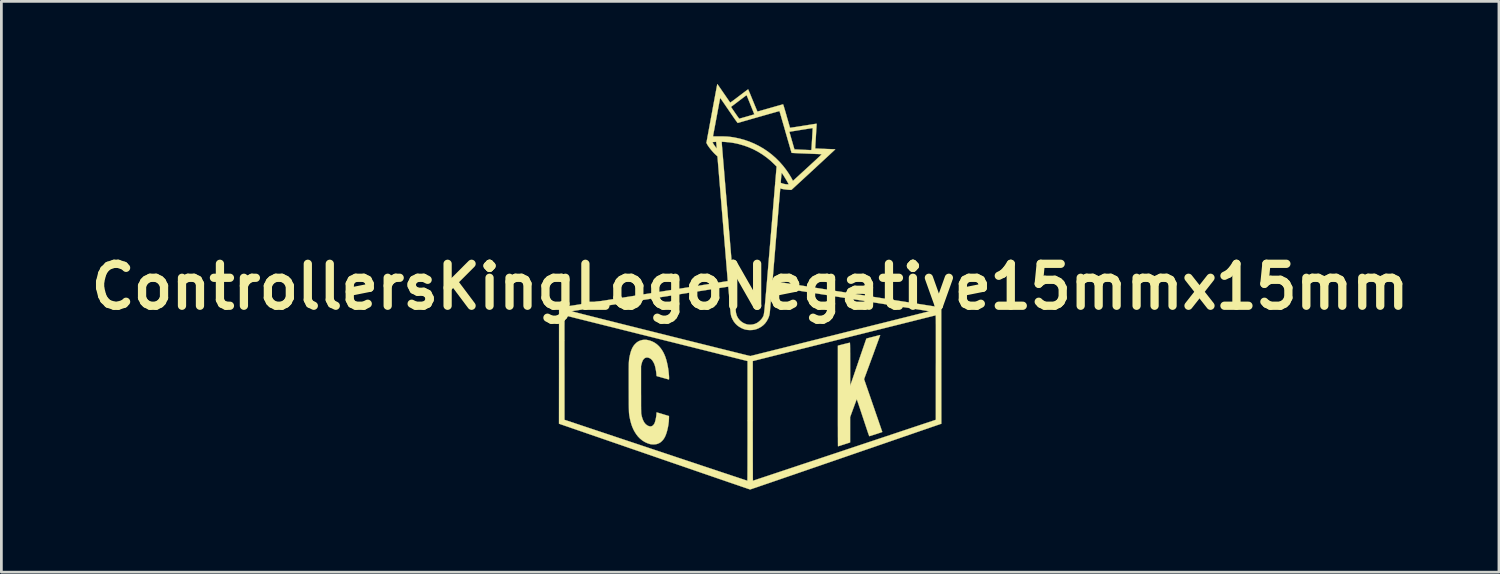
<source format=kicad_pcb>
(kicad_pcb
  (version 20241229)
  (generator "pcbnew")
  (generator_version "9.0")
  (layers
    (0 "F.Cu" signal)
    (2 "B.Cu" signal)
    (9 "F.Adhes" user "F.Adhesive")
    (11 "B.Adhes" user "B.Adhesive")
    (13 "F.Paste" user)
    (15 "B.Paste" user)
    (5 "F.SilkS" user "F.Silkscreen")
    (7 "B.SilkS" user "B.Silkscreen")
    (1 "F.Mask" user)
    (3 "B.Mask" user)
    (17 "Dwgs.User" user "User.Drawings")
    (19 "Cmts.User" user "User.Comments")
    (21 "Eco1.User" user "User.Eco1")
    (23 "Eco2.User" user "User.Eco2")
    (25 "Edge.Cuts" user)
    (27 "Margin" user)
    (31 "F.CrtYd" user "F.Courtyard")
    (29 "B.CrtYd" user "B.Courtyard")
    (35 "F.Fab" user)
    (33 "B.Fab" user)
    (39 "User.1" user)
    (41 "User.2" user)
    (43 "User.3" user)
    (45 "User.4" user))
  (footprint "ControllersKingLogoNegative15mmx15mm"
    (layer "F.Cu")
    (at 24.21 7.371)
    (property "Reference" "ControllersKingLogoNegative15mmx15mm" (at 0 0 0) (layer "F.SilkS") (effects (font (size 1.524 1.524) (thickness 0.3))))
    (attr through_hole)
    (fp_poly (pts (xy 4.722 1.756) (xy 4.724 1.759) (xy 4.722 1.766) (xy 4.716 1.784) (xy 4.706 1.812) (xy 4.692 1.851) (xy 4.675 1.898) (xy 4.655 1.954) (xy 4.631 2.017) (xy 4.606 2.088) (xy 4.577 2.165) (xy 4.547 2.248) (xy 4.515 2.335) (xy 4.482 2.427) (xy 4.447 2.522) (xy 4.432 2.562) (xy 4.139 3.357) (xy 4.47 4.315) (xy 4.507 4.421) (xy 4.542 4.524) (xy 4.576 4.623) (xy 4.609 4.718) (xy 4.64 4.807) (xy 4.669 4.891) (xy 4.695 4.968) (xy 4.719 5.038) (xy 4.741 5.1) (xy 4.759 5.154) (xy 4.774 5.199) (xy 4.787 5.234) (xy 4.795 5.259) (xy 4.8 5.273) (xy 4.801 5.276) (xy 4.795 5.279) (xy 4.778 5.285) (xy 4.753 5.294) (xy 4.721 5.305) (xy 4.682 5.318) (xy 4.64 5.332) (xy 4.594 5.347) (xy 4.548 5.362) (xy 4.503 5.376) (xy 4.459 5.39) (xy 4.419 5.403) (xy 4.385 5.413) (xy 4.357 5.422) (xy 4.338 5.427) (xy 4.33 5.429) (xy 4.329 5.429) (xy 4.326 5.423) (xy 4.319 5.405) (xy 4.308 5.376) (xy 4.293 5.334) (xy 4.274 5.28) (xy 4.252 5.214) (xy 4.226 5.136) (xy 4.196 5.046) (xy 4.162 4.944) (xy 4.124 4.83) (xy 4.099 4.753) (xy 4.069 4.664) (xy 4.041 4.579) (xy 4.014 4.498) (xy 3.989 4.421) (xy 3.965 4.351) (xy 3.944 4.287) (xy 3.925 4.231) (xy 3.908 4.183) (xy 3.895 4.143) (xy 3.884 4.113) (xy 3.877 4.094) (xy 3.873 4.085) (xy 3.873 4.085) (xy 3.87 4.092) (xy 3.863 4.11) (xy 3.853 4.138) (xy 3.839 4.174) (xy 3.823 4.218) (xy 3.804 4.268) (xy 3.784 4.323) (xy 3.762 4.383) (xy 3.75 4.414) (xy 3.632 4.736) (xy 3.632 5.657) (xy 3.593 5.67) (xy 3.505 5.698) (xy 3.428 5.723) (xy 3.362 5.744) (xy 3.305 5.762) (xy 3.26 5.777) (xy 3.226 5.787) (xy 3.204 5.794) (xy 3.193 5.797) (xy 3.192 5.798) (xy 3.192 5.791) (xy 3.191 5.773) (xy 3.191 5.743) (xy 3.191 5.701) (xy 3.19 5.649) (xy 3.19 5.587) (xy 3.19 5.515) (xy 3.189 5.434) (xy 3.189 5.344) (xy 3.189 5.246) (xy 3.189 5.14) (xy 3.188 5.027) (xy 3.188 4.908) (xy 3.188 4.782) (xy 3.188 4.651) (xy 3.188 4.514) (xy 3.188 4.373) (xy 3.188 4.227) (xy 3.188 4.078) (xy 3.188 3.969) (xy 3.188 2.141) (xy 3.221 2.131) (xy 3.24 2.126) (xy 3.268 2.119) (xy 3.303 2.11) (xy 3.342 2.1) (xy 3.385 2.089) (xy 3.429 2.078) (xy 3.472 2.067) (xy 3.514 2.057) (xy 3.551 2.048) (xy 3.582 2.041) (xy 3.606 2.035) (xy 3.62 2.032) (xy 3.622 2.032) (xy 3.624 2.033) (xy 3.625 2.036) (xy 3.626 2.043) (xy 3.627 2.053) (xy 3.628 2.068) (xy 3.629 2.088) (xy 3.63 2.113) (xy 3.631 2.145) (xy 3.631 2.183) (xy 3.632 2.229) (xy 3.632 2.284) (xy 3.632 2.347) (xy 3.633 2.42) (xy 3.633 2.503) (xy 3.633 2.596) (xy 3.634 2.702) (xy 3.634 2.815) (xy 3.635 3.598) (xy 3.927 2.744) (xy 3.961 2.643) (xy 3.994 2.546) (xy 4.026 2.453) (xy 4.057 2.364) (xy 4.085 2.281) (xy 4.112 2.204) (xy 4.136 2.134) (xy 4.158 2.07) (xy 4.177 2.015) (xy 4.193 1.969) (xy 4.206 1.932) (xy 4.215 1.905) (xy 4.221 1.889) (xy 4.223 1.884) (xy 4.23 1.881) (xy 4.248 1.876) (xy 4.275 1.868) (xy 4.311 1.859) (xy 4.353 1.847) (xy 4.402 1.835) (xy 4.454 1.822) (xy 4.465 1.819) (xy 4.518 1.805) (xy 4.568 1.793) (xy 4.612 1.781) (xy 4.65 1.771) (xy 4.681 1.764) (xy 4.702 1.758) (xy 4.713 1.755) (xy 4.713 1.755) (xy 4.722 1.756)) (stroke (width 0.01) (type solid)) (fill yes) (layer "F.SilkS"))
    (fp_poly (pts (xy -3.774 1.928) (xy -3.743 1.933) (xy -3.645 1.956) (xy -3.553 1.99) (xy -3.468 2.035) (xy -3.389 2.091) (xy -3.316 2.158) (xy -3.249 2.236) (xy -3.189 2.325) (xy -3.15 2.394) (xy -3.113 2.472) (xy -3.08 2.555) (xy -3.051 2.644) (xy -3.025 2.743) (xy -3.001 2.851) (xy -2.998 2.866) (xy -2.988 2.923) (xy -2.978 2.983) (xy -2.969 3.046) (xy -2.962 3.109) (xy -2.956 3.169) (xy -2.951 3.225) (xy -2.948 3.275) (xy -2.947 3.316) (xy -2.948 3.341) (xy -2.95 3.37) (xy -3.174 3.308) (xy -3.225 3.294) (xy -3.272 3.28) (xy -3.314 3.269) (xy -3.349 3.259) (xy -3.376 3.251) (xy -3.393 3.246) (xy -3.4 3.244) (xy -3.4 3.244) (xy -3.401 3.237) (xy -3.403 3.22) (xy -3.406 3.195) (xy -3.408 3.165) (xy -3.409 3.156) (xy -3.415 3.1) (xy -3.424 3.04) (xy -3.435 2.981) (xy -3.447 2.924) (xy -3.46 2.873) (xy -3.473 2.832) (xy -3.473 2.831) (xy -3.494 2.782) (xy -3.519 2.734) (xy -3.546 2.69) (xy -3.574 2.654) (xy -3.607 2.623) (xy -3.646 2.598) (xy -3.687 2.58) (xy -3.729 2.571) (xy -3.767 2.57) (xy -3.776 2.572) (xy -3.816 2.586) (xy -3.852 2.61) (xy -3.882 2.645) (xy -3.909 2.69) (xy -3.931 2.747) (xy -3.948 2.808) (xy -3.966 2.88) (xy -3.966 3.727) (xy -3.966 3.854) (xy -3.965 3.968) (xy -3.965 4.071) (xy -3.965 4.162) (xy -3.965 4.244) (xy -3.965 4.316) (xy -3.964 4.378) (xy -3.964 4.432) (xy -3.963 4.478) (xy -3.962 4.517) (xy -3.962 4.549) (xy -3.961 4.574) (xy -3.96 4.594) (xy -3.959 4.61) (xy -3.958 4.62) (xy -3.957 4.623) (xy -3.936 4.719) (xy -3.91 4.805) (xy -3.878 4.878) (xy -3.841 4.941) (xy -3.798 4.992) (xy -3.749 5.031) (xy -3.695 5.059) (xy -3.691 5.061) (xy -3.645 5.073) (xy -3.604 5.073) (xy -3.566 5.061) (xy -3.531 5.037) (xy -3.5 5.001) (xy -3.476 4.961) (xy -3.465 4.933) (xy -3.453 4.895) (xy -3.441 4.85) (xy -3.43 4.801) (xy -3.42 4.749) (xy -3.412 4.699) (xy -3.406 4.652) (xy -3.404 4.611) (xy -3.404 4.6) (xy -3.403 4.579) (xy -3.399 4.568) (xy -3.395 4.566) (xy -3.387 4.567) (xy -3.368 4.573) (xy -3.341 4.58) (xy -3.305 4.591) (xy -3.263 4.603) (xy -3.215 4.617) (xy -3.168 4.632) (xy -2.95 4.698) (xy -2.951 4.783) (xy -2.956 4.885) (xy -2.969 4.994) (xy -2.988 5.107) (xy -3.014 5.219) (xy -3.029 5.274) (xy -3.055 5.355) (xy -3.083 5.425) (xy -3.114 5.486) (xy -3.149 5.541) (xy -3.19 5.589) (xy -3.204 5.604) (xy -3.253 5.648) (xy -3.305 5.681) (xy -3.361 5.705) (xy -3.395 5.715) (xy -3.438 5.723) (xy -3.488 5.727) (xy -3.54 5.727) (xy -3.59 5.724) (xy -3.634 5.717) (xy -3.642 5.715) (xy -3.74 5.682) (xy -3.834 5.638) (xy -3.921 5.583) (xy -4.002 5.517) (xy -4.076 5.441) (xy -4.136 5.364) (xy -4.194 5.275) (xy -4.244 5.182) (xy -4.287 5.083) (xy -4.323 4.977) (xy -4.354 4.862) (xy -4.368 4.796) (xy -4.374 4.768) (xy -4.379 4.743) (xy -4.383 4.72) (xy -4.387 4.699) (xy -4.391 4.677) (xy -4.394 4.656) (xy -4.397 4.633) (xy -4.4 4.608) (xy -4.402 4.581) (xy -4.404 4.551) (xy -4.405 4.517) (xy -4.406 4.478) (xy -4.407 4.434) (xy -4.408 4.383) (xy -4.409 4.326) (xy -4.41 4.261) (xy -4.41 4.188) (xy -4.41 4.106) (xy -4.411 4.014) (xy -4.411 3.912) (xy -4.411 3.798) (xy -4.412 3.673) (xy -4.412 3.668) (xy -4.412 3.538) (xy -4.412 3.421) (xy -4.412 3.314) (xy -4.412 3.218) (xy -4.412 3.132) (xy -4.412 3.055) (xy -4.412 2.987) (xy -4.411 2.927) (xy -4.411 2.873) (xy -4.41 2.826) (xy -4.409 2.785) (xy -4.407 2.748) (xy -4.405 2.716) (xy -4.403 2.688) (xy -4.401 2.662) (xy -4.398 2.639) (xy -4.395 2.617) (xy -4.392 2.595) (xy -4.388 2.574) (xy -4.384 2.552) (xy -4.379 2.529) (xy -4.379 2.526) (xy -4.356 2.428) (xy -4.331 2.342) (xy -4.302 2.266) (xy -4.269 2.198) (xy -4.231 2.139) (xy -4.187 2.086) (xy -4.138 2.038) (xy -4.107 2.014) (xy -4.05 1.978) (xy -3.986 1.952) (xy -3.917 1.934) (xy -3.845 1.926) (xy -3.774 1.928)) (stroke (width 0.01) (type solid)) (fill yes) (layer "F.SilkS"))
    (fp_poly (pts (xy -1.189 -7.361) (xy -1.178 -7.346) (xy -1.161 -7.323) (xy -1.139 -7.291) (xy -1.113 -7.253) (xy -1.082 -7.209) (xy -1.048 -7.159) (xy -1.011 -7.105) (xy -0.972 -7.048) (xy -0.962 -7.034) (xy -0.922 -6.976) (xy -0.884 -6.921) (xy -0.849 -6.87) (xy -0.817 -6.823) (xy -0.789 -6.783) (xy -0.766 -6.748) (xy -0.747 -6.722) (xy -0.735 -6.704) (xy -0.728 -6.695) (xy -0.728 -6.695) (xy -0.724 -6.695) (xy -0.715 -6.7) (xy -0.7 -6.709) (xy -0.68 -6.723) (xy -0.652 -6.742) (xy -0.617 -6.768) (xy -0.575 -6.799) (xy -0.524 -6.837) (xy -0.464 -6.883) (xy -0.4 -6.931) (xy -0.344 -6.974) (xy -0.291 -7.014) (xy -0.242 -7.051) (xy -0.197 -7.085) (xy -0.158 -7.114) (xy -0.125 -7.138) (xy -0.1 -7.156) (xy -0.082 -7.168) (xy -0.074 -7.173) (xy -0.073 -7.173) (xy -0.07 -7.167) (xy -0.062 -7.151) (xy -0.051 -7.124) (xy -0.036 -7.088) (xy -0.017 -7.045) (xy 0.004 -6.994) (xy 0.027 -6.937) (xy 0.052 -6.876) (xy 0.079 -6.81) (xy 0.096 -6.769) (xy 0.133 -6.678) (xy 0.165 -6.6) (xy 0.193 -6.533) (xy 0.216 -6.477) (xy 0.235 -6.433) (xy 0.25 -6.4) (xy 0.26 -6.379) (xy 0.267 -6.368) (xy 0.268 -6.367) (xy 0.275 -6.369) (xy 0.294 -6.375) (xy 0.323 -6.383) (xy 0.361 -6.393) (xy 0.407 -6.407) (xy 0.461 -6.422) (xy 0.522 -6.439) (xy 0.587 -6.458) (xy 0.657 -6.478) (xy 0.731 -6.499) (xy 0.732 -6.499) (xy 0.805 -6.52) (xy 0.876 -6.54) (xy 0.941 -6.559) (xy 1.002 -6.576) (xy 1.055 -6.591) (xy 1.102 -6.604) (xy 1.14 -6.615) (xy 1.169 -6.623) (xy 1.188 -6.628) (xy 1.195 -6.629) (xy 1.195 -6.629) (xy 1.199 -6.624) (xy 1.205 -6.607) (xy 1.215 -6.579) (xy 1.227 -6.54) (xy 1.242 -6.489) (xy 1.261 -6.426) (xy 1.283 -6.352) (xy 1.308 -6.265) (xy 1.324 -6.207) (xy 1.344 -6.136) (xy 1.364 -6.069) (xy 1.382 -6.006) (xy 1.398 -5.949) (xy 1.413 -5.898) (xy 1.425 -5.855) (xy 1.435 -5.821) (xy 1.442 -5.796) (xy 1.447 -5.782) (xy 1.448 -5.779) (xy 1.455 -5.779) (xy 1.473 -5.781) (xy 1.502 -5.784) (xy 1.54 -5.79) (xy 1.587 -5.797) (xy 1.642 -5.805) (xy 1.703 -5.814) (xy 1.77 -5.825) (xy 1.842 -5.836) (xy 1.917 -5.848) (xy 1.921 -5.849) (xy 1.997 -5.861) (xy 2.069 -5.872) (xy 2.137 -5.883) (xy 2.2 -5.893) (xy 2.256 -5.902) (xy 2.305 -5.91) (xy 2.345 -5.916) (xy 2.376 -5.92) (xy 2.396 -5.923) (xy 2.405 -5.924) (xy 2.405 -5.924) (xy 2.413 -5.923) (xy 2.416 -5.918) (xy 2.417 -5.906) (xy 2.415 -5.891) (xy 2.414 -5.876) (xy 2.413 -5.851) (xy 2.41 -5.817) (xy 2.408 -5.774) (xy 2.404 -5.725) (xy 2.401 -5.67) (xy 2.397 -5.611) (xy 2.394 -5.549) (xy 2.39 -5.485) (xy 2.386 -5.421) (xy 2.382 -5.357) (xy 2.379 -5.296) (xy 2.375 -5.238) (xy 2.372 -5.184) (xy 2.369 -5.136) (xy 2.367 -5.095) (xy 2.365 -5.063) (xy 2.364 -5.04) (xy 2.364 -5.028) (xy 2.364 -5.026) (xy 2.37 -5.025) (xy 2.388 -5.025) (xy 2.416 -5.023) (xy 2.452 -5.022) (xy 2.495 -5.02) (xy 2.544 -5.018) (xy 2.597 -5.015) (xy 2.654 -5.013) (xy 2.711 -5.011) (xy 2.769 -5.008) (xy 2.826 -5.006) (xy 2.88 -5.004) (xy 2.93 -5.002) (xy 2.974 -5) (xy 3.012 -4.999) (xy 3.041 -4.998) (xy 3.061 -4.997) (xy 3.069 -4.997) (xy 3.084 -4.996) (xy 3.091 -4.993) (xy 3.091 -4.992) (xy 3.087 -4.988) (xy 3.073 -4.975) (xy 3.051 -4.955) (xy 3.022 -4.927) (xy 2.986 -4.894) (xy 2.943 -4.854) (xy 2.895 -4.809) (xy 2.841 -4.759) (xy 2.783 -4.705) (xy 2.72 -4.647) (xy 2.654 -4.586) (xy 2.586 -4.523) (xy 2.514 -4.457) (xy 2.442 -4.39) (xy 2.368 -4.321) (xy 2.293 -4.252) (xy 2.219 -4.184) (xy 2.145 -4.115) (xy 2.072 -4.048) (xy 2.001 -3.983) (xy 1.933 -3.92) (xy 1.867 -3.859) (xy 1.805 -3.802) (xy 1.747 -3.749) (xy 1.694 -3.7) (xy 1.646 -3.656) (xy 1.604 -3.617) (xy 1.569 -3.585) (xy 1.541 -3.559) (xy 1.52 -3.54) (xy 1.507 -3.529) (xy 1.504 -3.526) (xy 1.493 -3.522) (xy 1.471 -3.521) (xy 1.44 -3.522) (xy 1.404 -3.524) (xy 1.362 -3.527) (xy 1.318 -3.532) (xy 1.274 -3.537) (xy 1.231 -3.543) (xy 1.191 -3.55) (xy 1.157 -3.557) (xy 1.13 -3.564) (xy 1.123 -3.566) (xy 1.107 -3.571) (xy 1.096 -3.573) (xy 1.094 -3.573) (xy 1.094 -3.567) (xy 1.092 -3.548) (xy 1.089 -3.518) (xy 1.086 -3.478) (xy 1.081 -3.427) (xy 1.076 -3.367) (xy 1.07 -3.298) (xy 1.063 -3.22) (xy 1.056 -3.135) (xy 1.048 -3.044) (xy 1.04 -2.946) (xy 1.031 -2.842) (xy 1.022 -2.733) (xy 1.013 -2.62) (xy 1.003 -2.503) (xy 0.993 -2.383) (xy 0.982 -2.26) (xy 0.972 -2.136) (xy 0.962 -2.01) (xy 0.951 -1.884) (xy 0.94 -1.758) (xy 0.93 -1.633) (xy 0.92 -1.509) (xy 0.91 -1.387) (xy 0.9 -1.267) (xy 0.89 -1.151) (xy 0.881 -1.038) (xy 0.872 -0.931) (xy 0.863 -0.828) (xy 0.855 -0.731) (xy 0.848 -0.64) (xy 0.841 -0.557) (xy 0.835 -0.481) (xy 0.829 -0.414) (xy 0.825 -0.355) (xy 0.821 -0.306) (xy 0.818 -0.268) (xy 0.816 -0.24) (xy 0.814 -0.224) (xy 0.814 -0.219) (xy 0.815 -0.218) (xy 0.817 -0.217) (xy 0.82 -0.216) (xy 0.826 -0.214) (xy 0.834 -0.212) (xy 0.844 -0.21) (xy 0.858 -0.207) (xy 0.874 -0.204) (xy 0.894 -0.2) (xy 0.918 -0.196) (xy 0.947 -0.191) (xy 0.979 -0.185) (xy 1.017 -0.179) (xy 1.06 -0.172) (xy 1.108 -0.164) (xy 1.163 -0.155) (xy 1.223 -0.145) (xy 1.29 -0.134) (xy 1.364 -0.122) (xy 1.445 -0.11) (xy 1.533 -0.096) (xy 1.629 -0.08) (xy 1.734 -0.064) (xy 1.846 -0.046) (xy 1.968 -0.027) (xy 2.099 -0.006) (xy 2.239 0.016) (xy 2.388 0.039) (xy 2.548 0.064) (xy 2.719 0.091) (xy 2.9 0.119) (xy 3.092 0.15) (xy 3.295 0.181) (xy 3.51 0.215) (xy 3.737 0.251) (xy 3.88 0.273) (xy 6.944 0.753) (xy 6.945 2.865) (xy 6.947 4.978) (xy 6.933 4.982) (xy 6.926 4.984) (xy 6.907 4.991) (xy 6.878 5.001) (xy 6.837 5.015) (xy 6.785 5.032) (xy 6.724 5.054) (xy 6.652 5.078) (xy 6.57 5.106) (xy 6.48 5.138) (xy 6.38 5.172) (xy 6.272 5.209) (xy 6.155 5.249) (xy 6.03 5.292) (xy 5.898 5.338) (xy 5.759 5.386) (xy 5.612 5.436) (xy 5.459 5.489) (xy 5.3 5.544) (xy 5.134 5.601) (xy 4.964 5.66) (xy 4.787 5.721) (xy 4.606 5.783) (xy 4.421 5.847) (xy 4.231 5.912) (xy 4.037 5.979) (xy 3.839 6.047) (xy 3.639 6.116) (xy 3.465 6.176) (xy 3.262 6.246) (xy 3.062 6.315) (xy 2.865 6.383) (xy 2.671 6.449) (xy 2.482 6.515) (xy 2.297 6.578) (xy 2.117 6.64) (xy 1.941 6.701) (xy 1.771 6.759) (xy 1.607 6.816) (xy 1.448 6.87) (xy 1.296 6.922) (xy 1.151 6.972) (xy 1.012 7.02) (xy 0.881 7.065) (xy 0.758 7.107) (xy 0.642 7.147) (xy 0.535 7.183) (xy 0.437 7.217) (xy 0.348 7.247) (xy 0.268 7.275) (xy 0.197 7.299) (xy 0.137 7.319) (xy 0.087 7.336) (xy 0.048 7.349) (xy 0.02 7.359) (xy 0.003 7.364) (xy -0.002 7.366) (xy -0.009 7.364) (xy -0.027 7.357) (xy -0.057 7.347) (xy -0.098 7.334) (xy -0.149 7.316) (xy -0.211 7.295) (xy -0.282 7.271) (xy -0.363 7.243) (xy -0.453 7.212) (xy -0.552 7.178) (xy -0.66 7.141) (xy -0.776 7.102) (xy -0.899 7.059) (xy -1.03 7.014) (xy -1.168 6.967) (xy -1.313 6.917) (xy -1.464 6.865) (xy -1.622 6.811) (xy -1.785 6.755) (xy -1.953 6.697) (xy -2.126 6.637) (xy -2.304 6.576) (xy -2.486 6.513) (xy -2.673 6.449) (xy -2.862 6.384) (xy -3.056 6.317) (xy -3.21 6.264) (xy -3.408 6.196) (xy -3.603 6.128) (xy -3.796 6.062) (xy -3.986 5.996) (xy -4.173 5.932) (xy -4.357 5.869) (xy -4.536 5.807) (xy -4.711 5.746) (xy -4.881 5.688) (xy -5.046 5.631) (xy -5.206 5.576) (xy -5.359 5.523) (xy -5.506 5.472) (xy -5.647 5.424) (xy -5.78 5.378) (xy -5.906 5.335) (xy -6.024 5.294) (xy -6.133 5.256) (xy -6.234 5.222) (xy -6.326 5.19) (xy -6.408 5.162) (xy -6.481 5.137) (xy -6.543 5.115) (xy -6.595 5.097) (xy -6.635 5.083) (xy -6.664 5.073) (xy -6.675 5.07) (xy -6.947 4.976) (xy -6.945 2.868) (xy -6.945 1.836) (xy -6.749 1.836) (xy -6.749 1.949) (xy -6.749 2.071) (xy -6.749 2.203) (xy -6.749 2.347) (xy -6.749 2.501) (xy -6.749 2.668) (xy -6.749 2.846) (xy -6.748 2.934) (xy -6.747 4.834) (xy -3.429 5.941) (xy -3.23 6.007) (xy -3.033 6.073) (xy -2.84 6.137) (xy -2.651 6.201) (xy -2.465 6.262) (xy -2.284 6.323) (xy -2.108 6.381) (xy -1.937 6.438) (xy -1.771 6.494) (xy -1.611 6.547) (xy -1.457 6.598) (xy -1.309 6.647) (xy -1.169 6.694) (xy -1.035 6.739) (xy -0.909 6.781) (xy -0.79 6.82) (xy -0.68 6.857) (xy -0.579 6.891) (xy -0.486 6.921) (xy -0.402 6.949) (xy -0.328 6.974) (xy -0.264 6.995) (xy -0.21 7.013) (xy -0.167 7.027) (xy -0.134 7.038) (xy -0.113 7.045) (xy -0.104 7.048) (xy -0.103 7.048) (xy -0.102 7.046) (xy -0.102 7.039) (xy -0.101 7.027) (xy -0.1 7.01) (xy -0.1 6.987) (xy -0.099 6.959) (xy -0.099 6.924) (xy -0.098 6.882) (xy -0.098 6.833) (xy -0.098 6.777) (xy -0.097 6.713) (xy -0.097 6.641) (xy -0.097 6.561) (xy -0.096 6.472) (xy -0.096 6.374) (xy -0.096 6.267) (xy -0.096 6.15) (xy -0.096 6.022) (xy -0.096 5.885) (xy -0.095 5.736) (xy -0.095 5.577) (xy -0.095 5.406) (xy -0.095 5.224) (xy -0.095 5.029) (xy -0.095 4.874) (xy -0.095 2.699) (xy 0.095 2.699) (xy 0.095 4.874) (xy 0.095 5.039) (xy 0.095 5.201) (xy 0.095 5.36) (xy 0.095 5.514) (xy 0.096 5.663) (xy 0.096 5.808) (xy 0.096 5.947) (xy 0.096 6.079) (xy 0.096 6.206) (xy 0.096 6.325) (xy 0.097 6.437) (xy 0.097 6.541) (xy 0.097 6.637) (xy 0.098 6.723) (xy 0.098 6.801) (xy 0.098 6.869) (xy 0.098 6.927) (xy 0.099 6.974) (xy 0.099 7.01) (xy 0.099 7.034) (xy 0.1 7.047) (xy 0.1 7.048) (xy 0.106 7.047) (xy 0.124 7.041) (xy 0.154 7.031) (xy 0.194 7.018) (xy 0.245 7.001) (xy 0.306 6.98) (xy 0.378 6.957) (xy 0.458 6.93) (xy 0.549 6.9) (xy 0.648 6.867) (xy 0.756 6.831) (xy 0.872 6.792) (xy 0.996 6.751) (xy 1.127 6.707) (xy 1.266 6.661) (xy 1.412 6.612) (xy 1.564 6.562) (xy 1.722 6.509) (xy 1.887 6.454) (xy 2.057 6.398) (xy 2.231 6.34) (xy 2.411 6.28) (xy 2.595 6.218) (xy 2.784 6.155) (xy 2.976 6.091) (xy 3.172 6.026) (xy 3.37 5.96) (xy 3.426 5.941) (xy 6.747 4.834) (xy 6.748 2.934) (xy 6.749 2.75) (xy 6.749 2.578) (xy 6.749 2.418) (xy 6.749 2.269) (xy 6.749 2.132) (xy 6.749 2.005) (xy 6.749 1.888) (xy 6.749 1.781) (xy 6.749 1.683) (xy 6.749 1.594) (xy 6.749 1.514) (xy 6.749 1.441) (xy 6.749 1.377) (xy 6.748 1.319) (xy 6.748 1.269) (xy 6.748 1.224) (xy 6.747 1.186) (xy 6.747 1.153) (xy 6.746 1.126) (xy 6.746 1.103) (xy 6.745 1.084) (xy 6.745 1.069) (xy 6.744 1.058) (xy 6.743 1.049) (xy 6.742 1.044) (xy 6.741 1.04) (xy 6.741 1.038) (xy 6.739 1.037) (xy 6.739 1.038) (xy 6.732 1.039) (xy 6.713 1.044) (xy 6.683 1.052) (xy 6.641 1.062) (xy 6.589 1.075) (xy 6.526 1.091) (xy 6.453 1.109) (xy 6.37 1.13) (xy 6.277 1.153) (xy 6.176 1.179) (xy 6.065 1.206) (xy 5.947 1.236) (xy 5.82 1.268) (xy 5.686 1.301) (xy 5.544 1.337) (xy 5.396 1.374) (xy 5.24 1.413) (xy 5.079 1.453) (xy 4.912 1.495) (xy 4.739 1.538) (xy 4.561 1.582) (xy 4.378 1.628) (xy 4.191 1.675) (xy 4 1.723) (xy 3.805 1.771) (xy 3.606 1.821) (xy 3.435 1.864) (xy 3.234 1.914) (xy 3.036 1.964) (xy 2.842 2.012) (xy 2.651 2.06) (xy 2.464 2.107) (xy 2.282 2.152) (xy 2.104 2.197) (xy 1.932 2.24) (xy 1.765 2.281) (xy 1.604 2.322) (xy 1.449 2.36) (xy 1.301 2.397) (xy 1.16 2.433) (xy 1.026 2.466) (xy 0.9 2.497) (xy 0.782 2.527) (xy 0.673 2.554) (xy 0.572 2.58) (xy 0.48 2.603) (xy 0.398 2.623) (xy 0.326 2.641) (xy 0.264 2.657) (xy 0.212 2.67) (xy 0.172 2.68) (xy 0.142 2.687) (xy 0.125 2.692) (xy 0.119 2.693) (xy 0.095 2.699) (xy -0.095 2.699) (xy -0.119 2.693) (xy -0.127 2.691) (xy -0.146 2.686) (xy -0.177 2.678) (xy -0.22 2.668) (xy -0.273 2.654) (xy -0.337 2.638) (xy -0.411 2.62) (xy -0.494 2.599) (xy -0.587 2.576) (xy -0.69 2.55) (xy -0.801 2.522) (xy -0.92 2.493) (xy -1.047 2.461) (xy -1.182 2.427) (xy -1.325 2.391) (xy -1.474 2.354) (xy -1.629 2.315) (xy -1.791 2.275) (xy -1.959 2.233) (xy -2.132 2.189) (xy -2.311 2.145) (xy -2.494 2.099) (xy -2.681 2.052) (xy -2.873 2.004) (xy -3.068 1.956) (xy -3.266 1.906) (xy -3.435 1.864) (xy -3.636 1.814) (xy -3.834 1.764) (xy -4.029 1.716) (xy -4.219 1.668) (xy -4.406 1.621) (xy -4.588 1.576) (xy -4.765 1.531) (xy -4.937 1.488) (xy -5.103 1.447) (xy -5.264 1.407) (xy -5.418 1.368) (xy -5.566 1.331) (xy -5.706 1.296) (xy -5.84 1.263) (xy -5.965 1.231) (xy -6.083 1.202) (xy -6.192 1.175) (xy -6.292 1.15) (xy -6.383 1.127) (xy -6.464 1.106) (xy -6.536 1.088) (xy -6.598 1.073) (xy -6.648 1.06) (xy -6.688 1.05) (xy -6.717 1.043) (xy -6.734 1.039) (xy -6.739 1.038) (xy -6.74 1.038) (xy -6.741 1.039) (xy -6.742 1.042) (xy -6.743 1.046) (xy -6.744 1.053) (xy -6.744 1.063) (xy -6.745 1.077) (xy -6.746 1.093) (xy -6.746 1.114) (xy -6.747 1.14) (xy -6.747 1.17) (xy -6.748 1.206) (xy -6.748 1.247) (xy -6.748 1.295) (xy -6.748 1.349) (xy -6.749 1.41) (xy -6.749 1.479) (xy -6.749 1.555) (xy -6.749 1.64) (xy -6.749 1.734) (xy -6.749 1.836) (xy -6.945 1.836) (xy -6.944 0.888) (xy -6.489 0.888) (xy -6.488 0.889) (xy -6.482 0.891) (xy -6.469 0.895) (xy -6.451 0.9) (xy -6.426 0.907) (xy -6.394 0.915) (xy -6.356 0.925) (xy -6.31 0.937) (xy -6.257 0.951) (xy -6.197 0.966) (xy -6.129 0.984) (xy -6.053 1.003) (xy -5.968 1.025) (xy -5.875 1.048) (xy -5.774 1.074) (xy -5.663 1.102) (xy -5.543 1.132) (xy -5.414 1.165) (xy -5.275 1.2) (xy -5.126 1.237) (xy -4.967 1.277) (xy -4.798 1.32) (xy -4.618 1.365) (xy -4.427 1.413) (xy -4.225 1.463) (xy -4.012 1.517) (xy -3.787 1.573) (xy -3.55 1.632) (xy -3.301 1.695) (xy -3.258 1.705) (xy -3.058 1.755) (xy -2.861 1.805) (xy -2.668 1.853) (xy -2.479 1.9) (xy -2.293 1.947) (xy -2.112 1.992) (xy -1.936 2.036) (xy -1.766 2.078) (xy -1.601 2.119) (xy -1.441 2.159) (xy -1.289 2.197) (xy -1.142 2.234) (xy -1.003 2.268) (xy -0.871 2.301) (xy -0.747 2.332) (xy -0.631 2.361) (xy -0.524 2.387) (xy -0.425 2.412) (xy -0.336 2.434) (xy -0.256 2.454) (xy -0.186 2.471) (xy -0.126 2.486) (xy -0.077 2.498) (xy -0.039 2.507) (xy -0.012 2.513) (xy 0.003 2.517) (xy 0.006 2.517) (xy 0.013 2.516) (xy 0.032 2.511) (xy 0.062 2.503) (xy 0.103 2.493) (xy 0.156 2.48) (xy 0.219 2.464) (xy 0.292 2.446) (xy 0.375 2.425) (xy 0.467 2.402) (xy 0.568 2.377) (xy 0.678 2.35) (xy 0.797 2.32) (xy 0.923 2.288) (xy 1.057 2.255) (xy 1.198 2.22) (xy 1.346 2.183) (xy 1.501 2.144) (xy 1.662 2.104) (xy 1.829 2.062) (xy 2.001 2.019) (xy 2.178 1.975) (xy 2.36 1.929) (xy 2.547 1.883) (xy 2.737 1.835) (xy 2.931 1.787) (xy 3.129 1.737) (xy 3.258 1.705) (xy 3.457 1.655) (xy 3.653 1.606) (xy 3.846 1.558) (xy 4.035 1.511) (xy 4.22 1.465) (xy 4.401 1.419) (xy 4.576 1.375) (xy 4.747 1.333) (xy 4.911 1.292) (xy 5.07 1.252) (xy 5.223 1.214) (xy 5.368 1.177) (xy 5.507 1.142) (xy 5.639 1.11) (xy 5.762 1.079) (xy 5.878 1.05) (xy 5.985 1.023) (xy 6.083 0.998) (xy 6.172 0.976) (xy 6.252 0.956) (xy 6.321 0.938) (xy 6.38 0.923) (xy 6.429 0.911) (xy 6.467 0.902) (xy 6.493 0.895) (xy 6.507 0.891) (xy 6.51 0.89) (xy 6.505 0.889) (xy 6.487 0.886) (xy 6.458 0.881) (xy 6.417 0.874) (xy 6.365 0.866) (xy 6.302 0.855) (xy 6.228 0.843) (xy 6.144 0.83) (xy 6.051 0.815) (xy 5.948 0.798) (xy 5.836 0.781) (xy 5.715 0.761) (xy 5.585 0.741) (xy 5.448 0.719) (xy 5.302 0.696) (xy 5.149 0.672) (xy 4.99 0.647) (xy 4.823 0.62) (xy 4.65 0.593) (xy 4.471 0.565) (xy 4.286 0.536) (xy 4.096 0.506) (xy 3.9 0.475) (xy 3.7 0.444) (xy 3.659 0.438) (xy 3.47 0.408) (xy 3.285 0.379) (xy 3.103 0.35) (xy 2.924 0.323) (xy 2.751 0.295) (xy 2.582 0.269) (xy 2.418 0.243) (xy 2.259 0.218) (xy 2.107 0.195) (xy 1.961 0.172) (xy 1.822 0.15) (xy 1.689 0.129) (xy 1.564 0.11) (xy 1.448 0.092) (xy 1.339 0.075) (xy 1.239 0.059) (xy 1.148 0.045) (xy 1.067 0.032) (xy 0.995 0.021) (xy 0.934 0.012) (xy 0.884 0.004) (xy 0.844 -0.002) (xy 0.816 -0.007) (xy 0.8 -0.009) (xy 0.796 -0.01) (xy 0.795 -0.004) (xy 0.793 0.014) (xy 0.791 0.043) (xy 0.787 0.081) (xy 0.783 0.128) (xy 0.778 0.183) (xy 0.773 0.244) (xy 0.768 0.311) (xy 0.761 0.383) (xy 0.756 0.448) (xy 0.75 0.524) (xy 0.743 0.598) (xy 0.737 0.668) (xy 0.732 0.734) (xy 0.726 0.793) (xy 0.722 0.845) (xy 0.718 0.888) (xy 0.715 0.923) (xy 0.712 0.946) (xy 0.711 0.956) (xy 0.701 1.014) (xy 0.687 1.068) (xy 0.666 1.124) (xy 0.641 1.178) (xy 0.594 1.26) (xy 0.54 1.333) (xy 0.476 1.397) (xy 0.404 1.452) (xy 0.321 1.5) (xy 0.319 1.501) (xy 0.24 1.535) (xy 0.159 1.558) (xy 0.074 1.571) (xy -0.017 1.574) (xy -0.034 1.573) (xy -0.106 1.567) (xy -0.171 1.555) (xy -0.234 1.537) (xy -0.299 1.509) (xy -0.321 1.499) (xy -0.404 1.451) (xy -0.478 1.395) (xy -0.544 1.329) (xy -0.6 1.254) (xy -0.647 1.171) (xy -0.673 1.111) (xy -0.679 1.095) (xy -0.685 1.079) (xy -0.69 1.061) (xy -0.695 1.042) (xy -0.699 1.02) (xy -0.703 0.993) (xy -0.708 0.963) (xy -0.712 0.926) (xy -0.717 0.883) (xy -0.722 0.832) (xy -0.728 0.773) (xy -0.734 0.704) (xy -0.74 0.625) (xy -0.748 0.535) (xy -0.752 0.485) (xy -0.759 0.408) (xy -0.765 0.334) (xy -0.771 0.265) (xy -0.777 0.202) (xy -0.782 0.145) (xy -0.786 0.096) (xy -0.79 0.056) (xy -0.793 0.025) (xy -0.795 0.004) (xy -0.796 -0.004) (xy -0.796 -0.005) (xy -0.803 -0.004) (xy -0.821 -0.001) (xy -0.851 0.003) (xy -0.892 0.01) (xy -0.944 0.018) (xy -1.006 0.027) (xy -1.077 0.038) (xy -1.158 0.051) (xy -1.247 0.065) (xy -1.345 0.08) (xy -1.45 0.096) (xy -1.563 0.114) (xy -1.682 0.133) (xy -1.808 0.152) (xy -1.94 0.173) (xy -2.077 0.194) (xy -2.218 0.216) (xy -2.364 0.239) (xy -2.514 0.263) (xy -2.668 0.287) (xy -2.824 0.311) (xy -2.983 0.336) (xy -3.144 0.361) (xy -3.306 0.387) (xy -3.469 0.412) (xy -3.633 0.438) (xy -3.797 0.464) (xy -3.961 0.489) (xy -4.123 0.515) (xy -4.284 0.54) (xy -4.444 0.565) (xy -4.601 0.59) (xy -4.755 0.614) (xy -4.906 0.638) (xy -5.053 0.661) (xy -5.195 0.683) (xy -5.333 0.705) (xy -5.466 0.726) (xy -5.593 0.746) (xy -5.714 0.765) (xy -5.829 0.783) (xy -5.936 0.8) (xy -6.035 0.815) (xy -6.126 0.83) (xy -6.209 0.843) (xy -6.283 0.855) (xy -6.347 0.865) (xy -6.401 0.873) (xy -6.445 0.88) (xy -6.477 0.886) (xy -6.489 0.888) (xy -6.944 0.888) (xy -6.944 0.759) (xy -3.88 0.277) (xy -3.684 0.247) (xy -3.492 0.216) (xy -3.303 0.187) (xy -3.119 0.157) (xy -2.938 0.129) (xy -2.762 0.101) (xy -2.592 0.074) (xy -2.426 0.048) (xy -2.267 0.023) (xy -2.113 -0.001) (xy -1.967 -0.024) (xy -1.827 -0.046) (xy -1.695 -0.067) (xy -1.57 -0.087) (xy -1.453 -0.105) (xy -1.345 -0.122) (xy -1.246 -0.138) (xy -1.156 -0.152) (xy -1.076 -0.165) (xy -1.005 -0.176) (xy -0.946 -0.185) (xy -0.896 -0.193) (xy -0.858 -0.199) (xy -0.832 -0.203) (xy -0.817 -0.206) (xy -0.814 -0.206) (xy -0.815 -0.213) (xy -0.816 -0.231) (xy -0.819 -0.261) (xy -0.822 -0.303) (xy -0.826 -0.356) (xy -0.831 -0.419) (xy -0.837 -0.491) (xy -0.844 -0.574) (xy -0.851 -0.665) (xy -0.86 -0.765) (xy -0.869 -0.874) (xy -0.878 -0.99) (xy -0.888 -1.113) (xy -0.899 -1.243) (xy -0.91 -1.38) (xy -0.922 -1.522) (xy -0.934 -1.67) (xy -0.947 -1.823) (xy -0.96 -1.98) (xy -0.973 -2.142) (xy -0.987 -2.308) (xy -1.001 -2.474) (xy -1.189 -4.74) (xy -1.228 -4.775) (xy -1.272 -4.816) (xy -1.319 -4.863) (xy -1.365 -4.914) (xy -1.411 -4.967) (xy -1.454 -5.02) (xy -1.494 -5.072) (xy -1.528 -5.121) (xy -1.556 -5.165) (xy -1.576 -5.203) (xy -1.577 -5.205) (xy -1.589 -5.232) (xy -1.585 -5.255) (xy -1.372 -5.255) (xy -1.342 -5.202) (xy -1.33 -5.183) (xy -1.315 -5.16) (xy -1.297 -5.134) (xy -1.278 -5.107) (xy -1.259 -5.082) (xy -1.242 -5.059) (xy -1.228 -5.042) (xy -1.219 -5.032) (xy -1.216 -5.031) (xy -1.216 -5.037) (xy -1.217 -5.054) (xy -1.219 -5.08) (xy -1.221 -5.113) (xy -1.224 -5.15) (xy -1.224 -5.15) (xy -1.233 -5.257) (xy -1.035 -5.257) (xy -1.035 -5.249) (xy -1.033 -5.23) (xy -1.03 -5.198) (xy -1.027 -5.156) (xy -1.023 -5.102) (xy -1.017 -5.038) (xy -1.011 -4.964) (xy -1.004 -4.88) (xy -0.996 -4.786) (xy -0.988 -4.684) (xy -0.979 -4.574) (xy -0.969 -4.456) (xy -0.958 -4.33) (xy -0.947 -4.197) (xy -0.936 -4.057) (xy -0.924 -3.911) (xy -0.911 -3.759) (xy -0.898 -3.602) (xy -0.884 -3.439) (xy -0.87 -3.272) (xy -0.856 -3.101) (xy -0.841 -2.927) (xy -0.826 -2.749) (xy -0.822 -2.699) (xy -0.801 -2.444) (xy -0.781 -2.201) (xy -0.761 -1.97) (xy -0.743 -1.751) (xy -0.726 -1.544) (xy -0.709 -1.347) (xy -0.694 -1.162) (xy -0.679 -0.987) (xy -0.665 -0.822) (xy -0.652 -0.666) (xy -0.64 -0.521) (xy -0.629 -0.385) (xy -0.618 -0.257) (xy -0.608 -0.139) (xy -0.599 -0.028) (xy -0.59 0.074) (xy -0.582 0.169) (xy -0.575 0.256) (xy -0.568 0.336) (xy -0.562 0.41) (xy -0.556 0.477) (xy -0.551 0.537) (xy -0.547 0.592) (xy -0.542 0.642) (xy -0.539 0.686) (xy -0.535 0.725) (xy -0.532 0.76) (xy -0.53 0.79) (xy -0.528 0.816) (xy -0.526 0.839) (xy -0.524 0.858) (xy -0.523 0.875) (xy -0.521 0.888) (xy -0.52 0.899) (xy -0.519 0.908) (xy -0.519 0.915) (xy -0.518 0.92) (xy -0.518 0.925) (xy -0.517 0.928) (xy -0.517 0.93) (xy -0.512 0.959) (xy -0.502 0.994) (xy -0.491 1.031) (xy -0.479 1.064) (xy -0.468 1.089) (xy -0.427 1.157) (xy -0.376 1.218) (xy -0.316 1.27) (xy -0.249 1.314) (xy -0.177 1.347) (xy -0.105 1.369) (xy -0.067 1.374) (xy -0.022 1.377) (xy 0.026 1.377) (xy 0.071 1.373) (xy 0.102 1.368) (xy 0.172 1.349) (xy 0.235 1.322) (xy 0.294 1.285) (xy 0.351 1.237) (xy 0.369 1.22) (xy 0.397 1.19) (xy 0.419 1.164) (xy 0.437 1.14) (xy 0.452 1.114) (xy 0.459 1.101) (xy 0.463 1.094) (xy 0.467 1.087) (xy 0.47 1.08) (xy 0.474 1.074) (xy 0.477 1.068) (xy 0.48 1.062) (xy 0.484 1.054) (xy 0.487 1.045) (xy 0.49 1.035) (xy 0.492 1.023) (xy 0.496 1.009) (xy 0.499 0.992) (xy 0.502 0.972) (xy 0.505 0.948) (xy 0.509 0.921) (xy 0.513 0.89) (xy 0.517 0.854) (xy 0.521 0.813) (xy 0.526 0.768) (xy 0.531 0.716) (xy 0.536 0.659) (xy 0.542 0.596) (xy 0.549 0.525) (xy 0.555 0.448) (xy 0.563 0.364) (xy 0.571 0.272) (xy 0.58 0.172) (xy 0.589 0.063) (xy 0.599 -0.055) (xy 0.61 -0.181) (xy 0.621 -0.317) (xy 0.633 -0.463) (xy 0.647 -0.62) (xy 0.661 -0.787) (xy 0.675 -0.965) (xy 0.691 -1.154) (xy 0.708 -1.355) (xy 0.726 -1.568) (xy 0.738 -1.71) (xy 0.911 -3.781) (xy 1.111 -3.781) (xy 1.117 -3.775) (xy 1.133 -3.768) (xy 1.156 -3.76) (xy 1.184 -3.751) (xy 1.215 -3.742) (xy 1.246 -3.735) (xy 1.266 -3.731) (xy 1.29 -3.727) (xy 1.317 -3.724) (xy 1.344 -3.722) (xy 1.368 -3.721) (xy 1.386 -3.722) (xy 1.396 -3.723) (xy 1.397 -3.724) (xy 1.394 -3.735) (xy 1.385 -3.754) (xy 1.371 -3.781) (xy 1.353 -3.813) (xy 1.332 -3.85) (xy 1.308 -3.89) (xy 1.283 -3.931) (xy 1.258 -3.973) (xy 1.233 -4.013) (xy 1.21 -4.05) (xy 1.188 -4.082) (xy 1.17 -4.109) (xy 1.156 -4.128) (xy 1.147 -4.139) (xy 1.144 -4.14) (xy 1.143 -4.134) (xy 1.14 -4.117) (xy 1.138 -4.092) (xy 1.134 -4.06) (xy 1.131 -4.022) (xy 1.127 -3.982) (xy 1.123 -3.941) (xy 1.12 -3.9) (xy 1.116 -3.862) (xy 1.114 -3.829) (xy 1.112 -3.803) (xy 1.111 -3.785) (xy 1.111 -3.781) (xy 0.911 -3.781) (xy 0.961 -4.37) (xy 0.882 -4.449) (xy 0.745 -4.579) (xy 0.6 -4.698) (xy 0.449 -4.806) (xy 0.292 -4.904) (xy 0.128 -4.991) (xy -0.041 -5.066) (xy -0.216 -5.13) (xy -0.395 -5.182) (xy -0.486 -5.204) (xy -0.569 -5.221) (xy -0.651 -5.235) (xy -0.737 -5.247) (xy -0.828 -5.256) (xy -0.928 -5.264) (xy -0.973 -5.267) (xy -1.002 -5.269) (xy -1.02 -5.27) (xy -1.03 -5.268) (xy -1.034 -5.265) (xy -1.035 -5.259) (xy -1.035 -5.257) (xy -1.233 -5.257) (xy -1.234 -5.268) (xy -1.273 -5.265) (xy -1.3 -5.263) (xy -1.328 -5.261) (xy -1.342 -5.259) (xy -1.372 -5.255) (xy -1.585 -5.255) (xy -1.545 -5.474) (xy -1.351 -5.474) (xy -1.35 -5.471) (xy -1.346 -5.469) (xy -1.338 -5.467) (xy -1.326 -5.466) (xy -1.307 -5.465) (xy -1.281 -5.465) (xy -1.246 -5.464) (xy -1.202 -5.464) (xy -1.147 -5.464) (xy -1.11 -5.464) (xy -1.031 -5.464) (xy -0.962 -5.463) (xy -0.902 -5.461) (xy -0.847 -5.459) (xy -0.797 -5.455) (xy -0.748 -5.45) (xy -0.699 -5.444) (xy -0.647 -5.437) (xy -0.59 -5.428) (xy -0.579 -5.426) (xy -0.392 -5.387) (xy -0.209 -5.337) (xy -0.029 -5.275) (xy 0.145 -5.202) (xy 0.314 -5.118) (xy 0.478 -5.024) (xy 0.635 -4.919) (xy 0.785 -4.804) (xy 0.927 -4.68) (xy 1.062 -4.546) (xy 1.188 -4.404) (xy 1.305 -4.253) (xy 1.36 -4.175) (xy 1.396 -4.121) (xy 1.431 -4.065) (xy 1.465 -4.01) (xy 1.495 -3.959) (xy 1.52 -3.913) (xy 1.531 -3.891) (xy 1.542 -3.869) (xy 1.55 -3.857) (xy 1.556 -3.853) (xy 1.562 -3.855) (xy 1.563 -3.856) (xy 1.569 -3.861) (xy 1.584 -3.875) (xy 1.607 -3.895) (xy 1.637 -3.923) (xy 1.674 -3.957) (xy 1.718 -3.997) (xy 1.767 -4.042) (xy 1.821 -4.092) (xy 1.88 -4.146) (xy 1.943 -4.204) (xy 2.009 -4.264) (xy 2.077 -4.327) (xy 2.092 -4.34) (xy 2.173 -4.414) (xy 2.244 -4.481) (xy 2.308 -4.539) (xy 2.363 -4.59) (xy 2.412 -4.635) (xy 2.453 -4.673) (xy 2.488 -4.706) (xy 2.517 -4.733) (xy 2.54 -4.756) (xy 2.559 -4.774) (xy 2.573 -4.788) (xy 2.583 -4.799) (xy 2.589 -4.807) (xy 2.593 -4.812) (xy 2.594 -4.815) (xy 2.592 -4.817) (xy 2.59 -4.818) (xy 2.589 -4.818) (xy 2.579 -4.818) (xy 2.558 -4.819) (xy 2.526 -4.821) (xy 2.485 -4.823) (xy 2.436 -4.825) (xy 2.38 -4.827) (xy 2.318 -4.83) (xy 2.251 -4.832) (xy 2.181 -4.835) (xy 2.169 -4.836) (xy 2.06 -4.84) (xy 1.964 -4.844) (xy 1.879 -4.847) (xy 1.804 -4.85) (xy 1.74 -4.853) (xy 1.685 -4.856) (xy 1.639 -4.858) (xy 1.601 -4.86) (xy 1.57 -4.861) (xy 1.547 -4.863) (xy 1.529 -4.864) (xy 1.517 -4.865) (xy 1.509 -4.866) (xy 1.506 -4.867) (xy 1.506 -4.867) (xy 1.504 -4.874) (xy 1.498 -4.892) (xy 1.49 -4.92) (xy 1.478 -4.959) (xy 1.464 -5.007) (xy 1.448 -5.063) (xy 1.429 -5.128) (xy 1.409 -5.199) (xy 1.386 -5.276) (xy 1.362 -5.359) (xy 1.337 -5.447) (xy 1.31 -5.539) (xy 1.285 -5.627) (xy 1.284 -5.633) (xy 1.425 -5.633) (xy 1.426 -5.627) (xy 1.431 -5.61) (xy 1.438 -5.584) (xy 1.448 -5.55) (xy 1.46 -5.509) (xy 1.473 -5.462) (xy 1.487 -5.412) (xy 1.503 -5.359) (xy 1.518 -5.305) (xy 1.534 -5.252) (xy 1.549 -5.199) (xy 1.563 -5.15) (xy 1.576 -5.105) (xy 1.587 -5.066) (xy 1.597 -5.034) (xy 1.604 -5.01) (xy 1.608 -4.996) (xy 1.609 -4.993) (xy 1.615 -4.993) (xy 1.633 -4.992) (xy 1.66 -4.99) (xy 1.695 -4.989) (xy 1.737 -4.987) (xy 1.784 -4.984) (xy 1.834 -4.982) (xy 1.887 -4.98) (xy 1.94 -4.977) (xy 1.993 -4.975) (xy 2.042 -4.973) (xy 2.088 -4.971) (xy 2.128 -4.969) (xy 2.161 -4.968) (xy 2.186 -4.967) (xy 2.195 -4.967) (xy 2.213 -4.967) (xy 2.221 -4.971) (xy 2.225 -4.98) (xy 2.225 -4.98) (xy 2.226 -4.989) (xy 2.228 -5.009) (xy 2.23 -5.039) (xy 2.232 -5.077) (xy 2.235 -5.122) (xy 2.238 -5.173) (xy 2.242 -5.229) (xy 2.245 -5.288) (xy 2.249 -5.349) (xy 2.253 -5.41) (xy 2.256 -5.47) (xy 2.26 -5.529) (xy 2.263 -5.584) (xy 2.266 -5.634) (xy 2.268 -5.678) (xy 2.27 -5.715) (xy 2.271 -5.743) (xy 2.272 -5.762) (xy 2.272 -5.769) (xy 2.272 -5.769) (xy 2.266 -5.768) (xy 2.248 -5.765) (xy 2.221 -5.761) (xy 2.184 -5.755) (xy 2.14 -5.748) (xy 2.09 -5.74) (xy 2.035 -5.731) (xy 1.976 -5.722) (xy 1.914 -5.712) (xy 1.851 -5.702) (xy 1.788 -5.692) (xy 1.726 -5.682) (xy 1.667 -5.672) (xy 1.611 -5.663) (xy 1.561 -5.655) (xy 1.516 -5.648) (xy 1.479 -5.642) (xy 1.451 -5.637) (xy 1.432 -5.634) (xy 1.425 -5.633) (xy 1.425 -5.633) (xy 1.284 -5.633) (xy 1.258 -5.722) (xy 1.232 -5.813) (xy 1.206 -5.901) (xy 1.183 -5.983) (xy 1.16 -6.06) (xy 1.14 -6.131) (xy 1.122 -6.195) (xy 1.105 -6.25) (xy 1.092 -6.297) (xy 1.08 -6.335) (xy 1.072 -6.363) (xy 1.067 -6.38) (xy 1.065 -6.385) (xy 1.059 -6.384) (xy 1.042 -6.379) (xy 1.014 -6.371) (xy 0.976 -6.361) (xy 0.93 -6.348) (xy 0.876 -6.333) (xy 0.816 -6.316) (xy 0.749 -6.297) (xy 0.677 -6.277) (xy 0.601 -6.255) (xy 0.522 -6.233) (xy 0.44 -6.209) (xy 0.357 -6.186) (xy 0.274 -6.162) (xy 0.19 -6.138) (xy 0.108 -6.115) (xy 0.028 -6.092) (xy -0.049 -6.069) (xy -0.122 -6.048) (xy -0.191 -6.029) (xy -0.254 -6.011) (xy -0.31 -5.994) (xy -0.359 -5.98) (xy -0.4 -5.968) (xy -0.431 -5.959) (xy -0.451 -5.953) (xy -0.455 -5.956) (xy -0.465 -5.967) (xy -0.479 -5.986) (xy -0.499 -6.014) (xy -0.525 -6.049) (xy -0.557 -6.094) (xy -0.595 -6.148) (xy -0.639 -6.212) (xy -0.689 -6.285) (xy -0.747 -6.369) (xy -0.775 -6.41) (xy -0.821 -6.478) (xy -0.861 -6.536) (xy -0.697 -6.536) (xy -0.551 -6.322) (xy -0.519 -6.276) (xy -0.489 -6.233) (xy -0.462 -6.195) (xy -0.439 -6.162) (xy -0.42 -6.137) (xy -0.406 -6.119) (xy -0.399 -6.11) (xy -0.398 -6.109) (xy -0.39 -6.11) (xy -0.372 -6.115) (xy -0.344 -6.123) (xy -0.307 -6.133) (xy -0.264 -6.145) (xy -0.215 -6.159) (xy -0.161 -6.174) (xy -0.121 -6.186) (xy -0.064 -6.202) (xy -0.012 -6.217) (xy 0.035 -6.231) (xy 0.076 -6.243) (xy 0.109 -6.252) (xy 0.134 -6.26) (xy 0.148 -6.264) (xy 0.152 -6.265) (xy 0.15 -6.271) (xy 0.143 -6.287) (xy 0.133 -6.313) (xy 0.12 -6.347) (xy 0.104 -6.387) (xy 0.086 -6.433) (xy 0.065 -6.484) (xy 0.044 -6.537) (xy 0.022 -6.592) (xy -0.000347 -6.647) (xy -0.022 -6.702) (xy -0.044 -6.755) (xy -0.064 -6.805) (xy -0.082 -6.85) (xy -0.098 -6.889) (xy -0.112 -6.922) (xy -0.122 -6.946) (xy -0.128 -6.96) (xy -0.13 -6.964) (xy -0.135 -6.961) (xy -0.149 -6.951) (xy -0.172 -6.934) (xy -0.202 -6.911) (xy -0.239 -6.884) (xy -0.281 -6.852) (xy -0.327 -6.817) (xy -0.378 -6.779) (xy -0.414 -6.751) (xy -0.697 -6.536) (xy -0.861 -6.536) (xy -0.866 -6.543) (xy -0.908 -6.605) (xy -0.947 -6.661) (xy -0.983 -6.713) (xy -1.014 -6.758) (xy -1.041 -6.796) (xy -1.062 -6.826) (xy -1.078 -6.849) (xy -1.087 -6.862) (xy -1.09 -6.865) (xy -1.092 -6.859) (xy -1.095 -6.84) (xy -1.101 -6.811) (xy -1.108 -6.772) (xy -1.117 -6.723) (xy -1.128 -6.666) (xy -1.14 -6.601) (xy -1.153 -6.53) (xy -1.168 -6.452) (xy -1.183 -6.369) (xy -1.199 -6.282) (xy -1.216 -6.191) (xy -1.219 -6.175) (xy -1.236 -6.084) (xy -1.253 -5.995) (xy -1.268 -5.911) (xy -1.283 -5.832) (xy -1.297 -5.759) (xy -1.309 -5.692) (xy -1.321 -5.633) (xy -1.33 -5.582) (xy -1.338 -5.54) (xy -1.344 -5.508) (xy -1.348 -5.487) (xy -1.35 -5.477) (xy -1.35 -5.477) (xy -1.351 -5.474) (xy -1.545 -5.474) (xy -1.393 -6.299) (xy -1.372 -6.414) (xy -1.352 -6.525) (xy -1.332 -6.632) (xy -1.313 -6.734) (xy -1.295 -6.831) (xy -1.278 -6.922) (xy -1.263 -7.006) (xy -1.248 -7.083) (xy -1.235 -7.152) (xy -1.224 -7.213) (xy -1.214 -7.264) (xy -1.206 -7.306) (xy -1.199 -7.337) (xy -1.195 -7.357) (xy -1.193 -7.366) (xy -1.193 -7.366) (xy -1.189 -7.361)) (stroke (width 0.01) (type solid)) (fill yes) (layer "F.SilkS")))
  (gr_rect
    (start -3 -3)
    (end 51.42 17.742)
    (stroke (width 0.1) (type default))
    (fill no)
    (layer "Edge.Cuts")))
</source>
